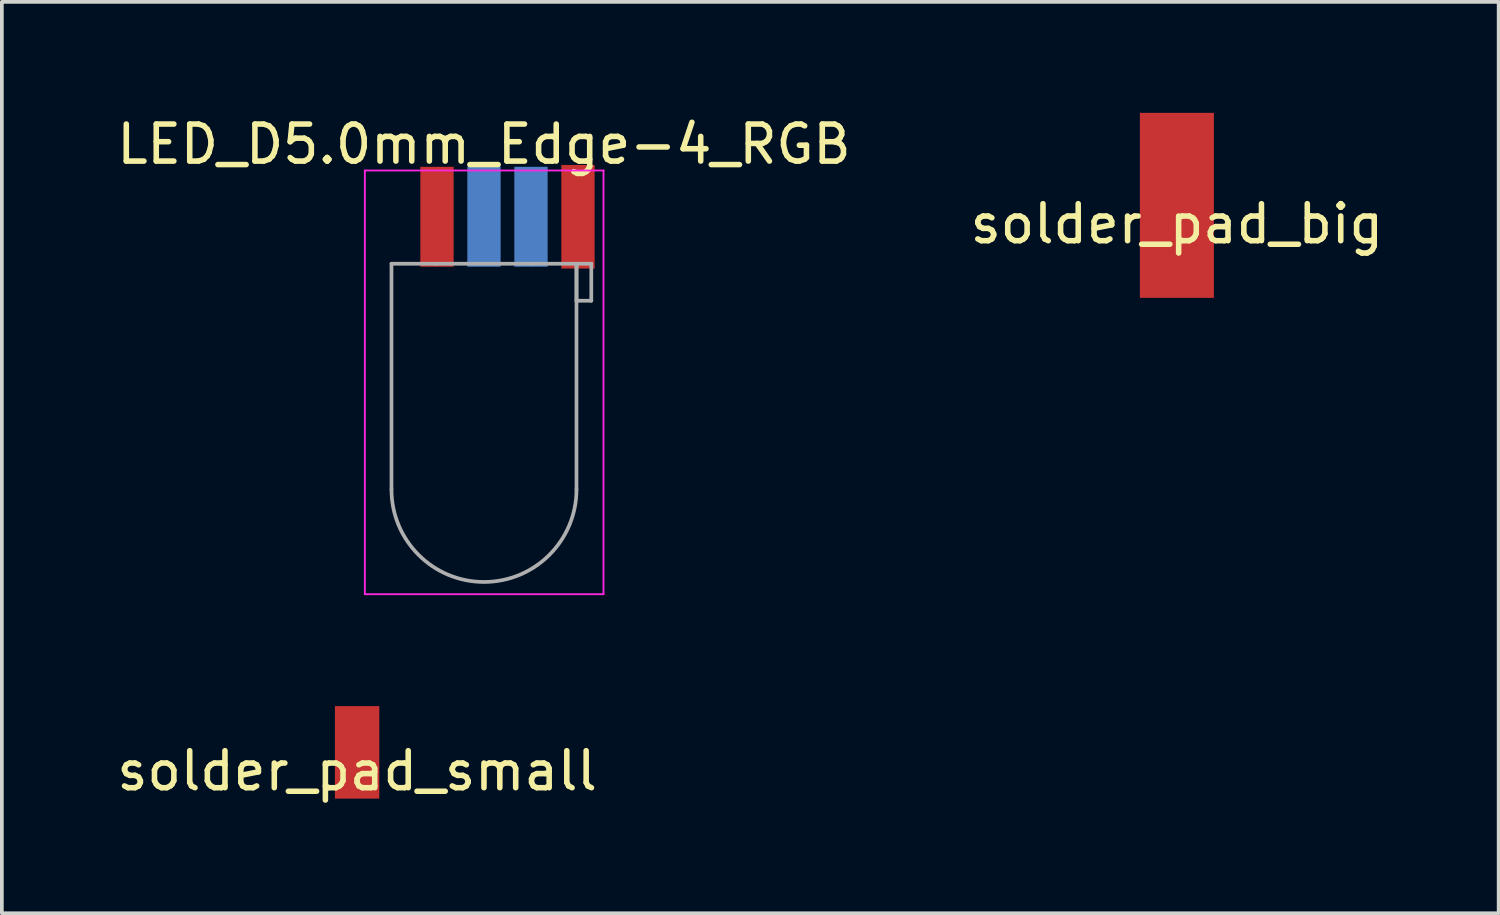
<source format=kicad_pcb>
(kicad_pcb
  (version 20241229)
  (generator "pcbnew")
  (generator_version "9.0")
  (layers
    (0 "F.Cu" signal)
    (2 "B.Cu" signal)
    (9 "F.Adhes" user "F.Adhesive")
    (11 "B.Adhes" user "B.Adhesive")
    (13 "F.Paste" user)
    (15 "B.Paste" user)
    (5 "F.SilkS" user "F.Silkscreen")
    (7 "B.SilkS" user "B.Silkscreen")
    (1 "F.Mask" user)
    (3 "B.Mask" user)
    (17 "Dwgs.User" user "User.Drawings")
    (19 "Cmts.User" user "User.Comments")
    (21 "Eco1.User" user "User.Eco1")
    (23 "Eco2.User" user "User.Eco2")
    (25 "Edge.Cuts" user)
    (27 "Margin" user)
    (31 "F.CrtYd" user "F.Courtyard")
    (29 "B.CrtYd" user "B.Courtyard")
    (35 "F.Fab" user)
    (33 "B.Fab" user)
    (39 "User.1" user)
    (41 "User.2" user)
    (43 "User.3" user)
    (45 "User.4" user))
  (footprint "solder_pad_big"
    (layer "F.Cu")
    (at 28.756 2.5)
    (property "Reference" "solder_pad_big" (at 0 0.5 0) (layer "F.SilkS") (effects (font (size 1 1) (thickness 0.15))))
    (attr through_hole)
    (pad "1" smd rect (at 0 0) (size 2 5) (layers "F.Cu" "F.Mask" "F.Paste")))
  (footprint "solder_pad_small"
    (layer "F.Cu")
    (at 6.601 17.283)
    (property "Reference" "solder_pad_small" (at 0 0.5 0) (layer "F.SilkS") (effects (font (size 1 1) (thickness 0.15))))
    (attr through_hole)
    (pad "1" smd rect (at 0 0) (size 1.2 2.5) (layers "F.Cu" "F.Mask" "F.Paste")))
  (footprint "LED_D5.0mm_Edge-4_RGB"
    (layer "F.Cu")
    (at 8.76 2.808)
    (property "Reference" "LED_D5.0mm_Edge-4_RGB" (at 1.27 -1.96 0) (layer "F.SilkS") (effects (font (size 1 1) (thickness 0.15))))
    (attr exclude_from_pos_files exclude_from_bom)
    (fp_line (start -1.95 -1.25) (end -1.95 10.2) (stroke (width 0.05) (type solid)) (layer "F.CrtYd"))
    (fp_line (start -1.95 10.2) (end 4.5 10.2) (stroke (width 0.05) (type solid)) (layer "F.CrtYd"))
    (fp_line (start 4.5 -1.25) (end -1.95 -1.25) (stroke (width 0.05) (type solid)) (layer "F.CrtYd"))
    (fp_line (start 4.5 10.2) (end 4.5 -1.25) (stroke (width 0.05) (type solid)) (layer "F.CrtYd"))
    (fp_line (start -1.23 1.27) (end -1.23 7.37) (stroke (width 0.1) (type solid)) (layer "F.Fab"))
    (fp_line (start -1.23 1.27) (end 3.77 1.27) (stroke (width 0.1) (type solid)) (layer "F.Fab"))
    (fp_line (start 0 1.27) (end 0 1.27) (stroke (width 0.1) (type solid)) (layer "F.Fab"))
    (fp_line (start 2.54 1.27) (end 2.54 1.27) (stroke (width 0.1) (type solid)) (layer "F.Fab"))
    (fp_line (start 3.77 1.27) (end 3.77 7.37) (stroke (width 0.1) (type solid)) (layer "F.Fab"))
    (fp_line (start 3.77 1.27) (end 4.17 1.27) (stroke (width 0.1) (type solid)) (layer "F.Fab"))
    (fp_line (start 3.77 2.27) (end 3.77 1.27) (stroke (width 0.1) (type solid)) (layer "F.Fab"))
    (fp_line (start 4.17 1.27) (end 4.17 2.27) (stroke (width 0.1) (type solid)) (layer "F.Fab"))
    (fp_line (start 4.17 2.27) (end 3.77 2.27) (stroke (width 0.1) (type solid)) (layer "F.Fab"))
    (fp_arc (start 3.77 7.37) (mid 1.27 9.87) (end -1.23 7.37) (stroke (width 0.1) (type solid)) (layer "F.Fab"))
    (pad "1" smd rect (at 0 0) (size 0.9 2.7) (layers "F.Cu" "F.Mask" "F.Paste"))
    (pad "2" smd rect (at 1.27 0) (size 0.9 2.7) (layers "B.Cu" "B.Mask" "B.Paste"))
    (pad "3" smd rect (at 2.54 0) (size 0.9 2.7) (layers "B.Cu" "B.Mask" "B.Paste"))
    (pad "4" smd rect (at 3.81 0) (size 0.9 2.8) (layers "F.Cu" "F.Mask" "F.Paste")))
  (gr_rect
    (start -3 -3)
    (end 37.452 21.631)
    (stroke (width 0.1) (type default))
    (fill no)
    (layer "Edge.Cuts")))
</source>
